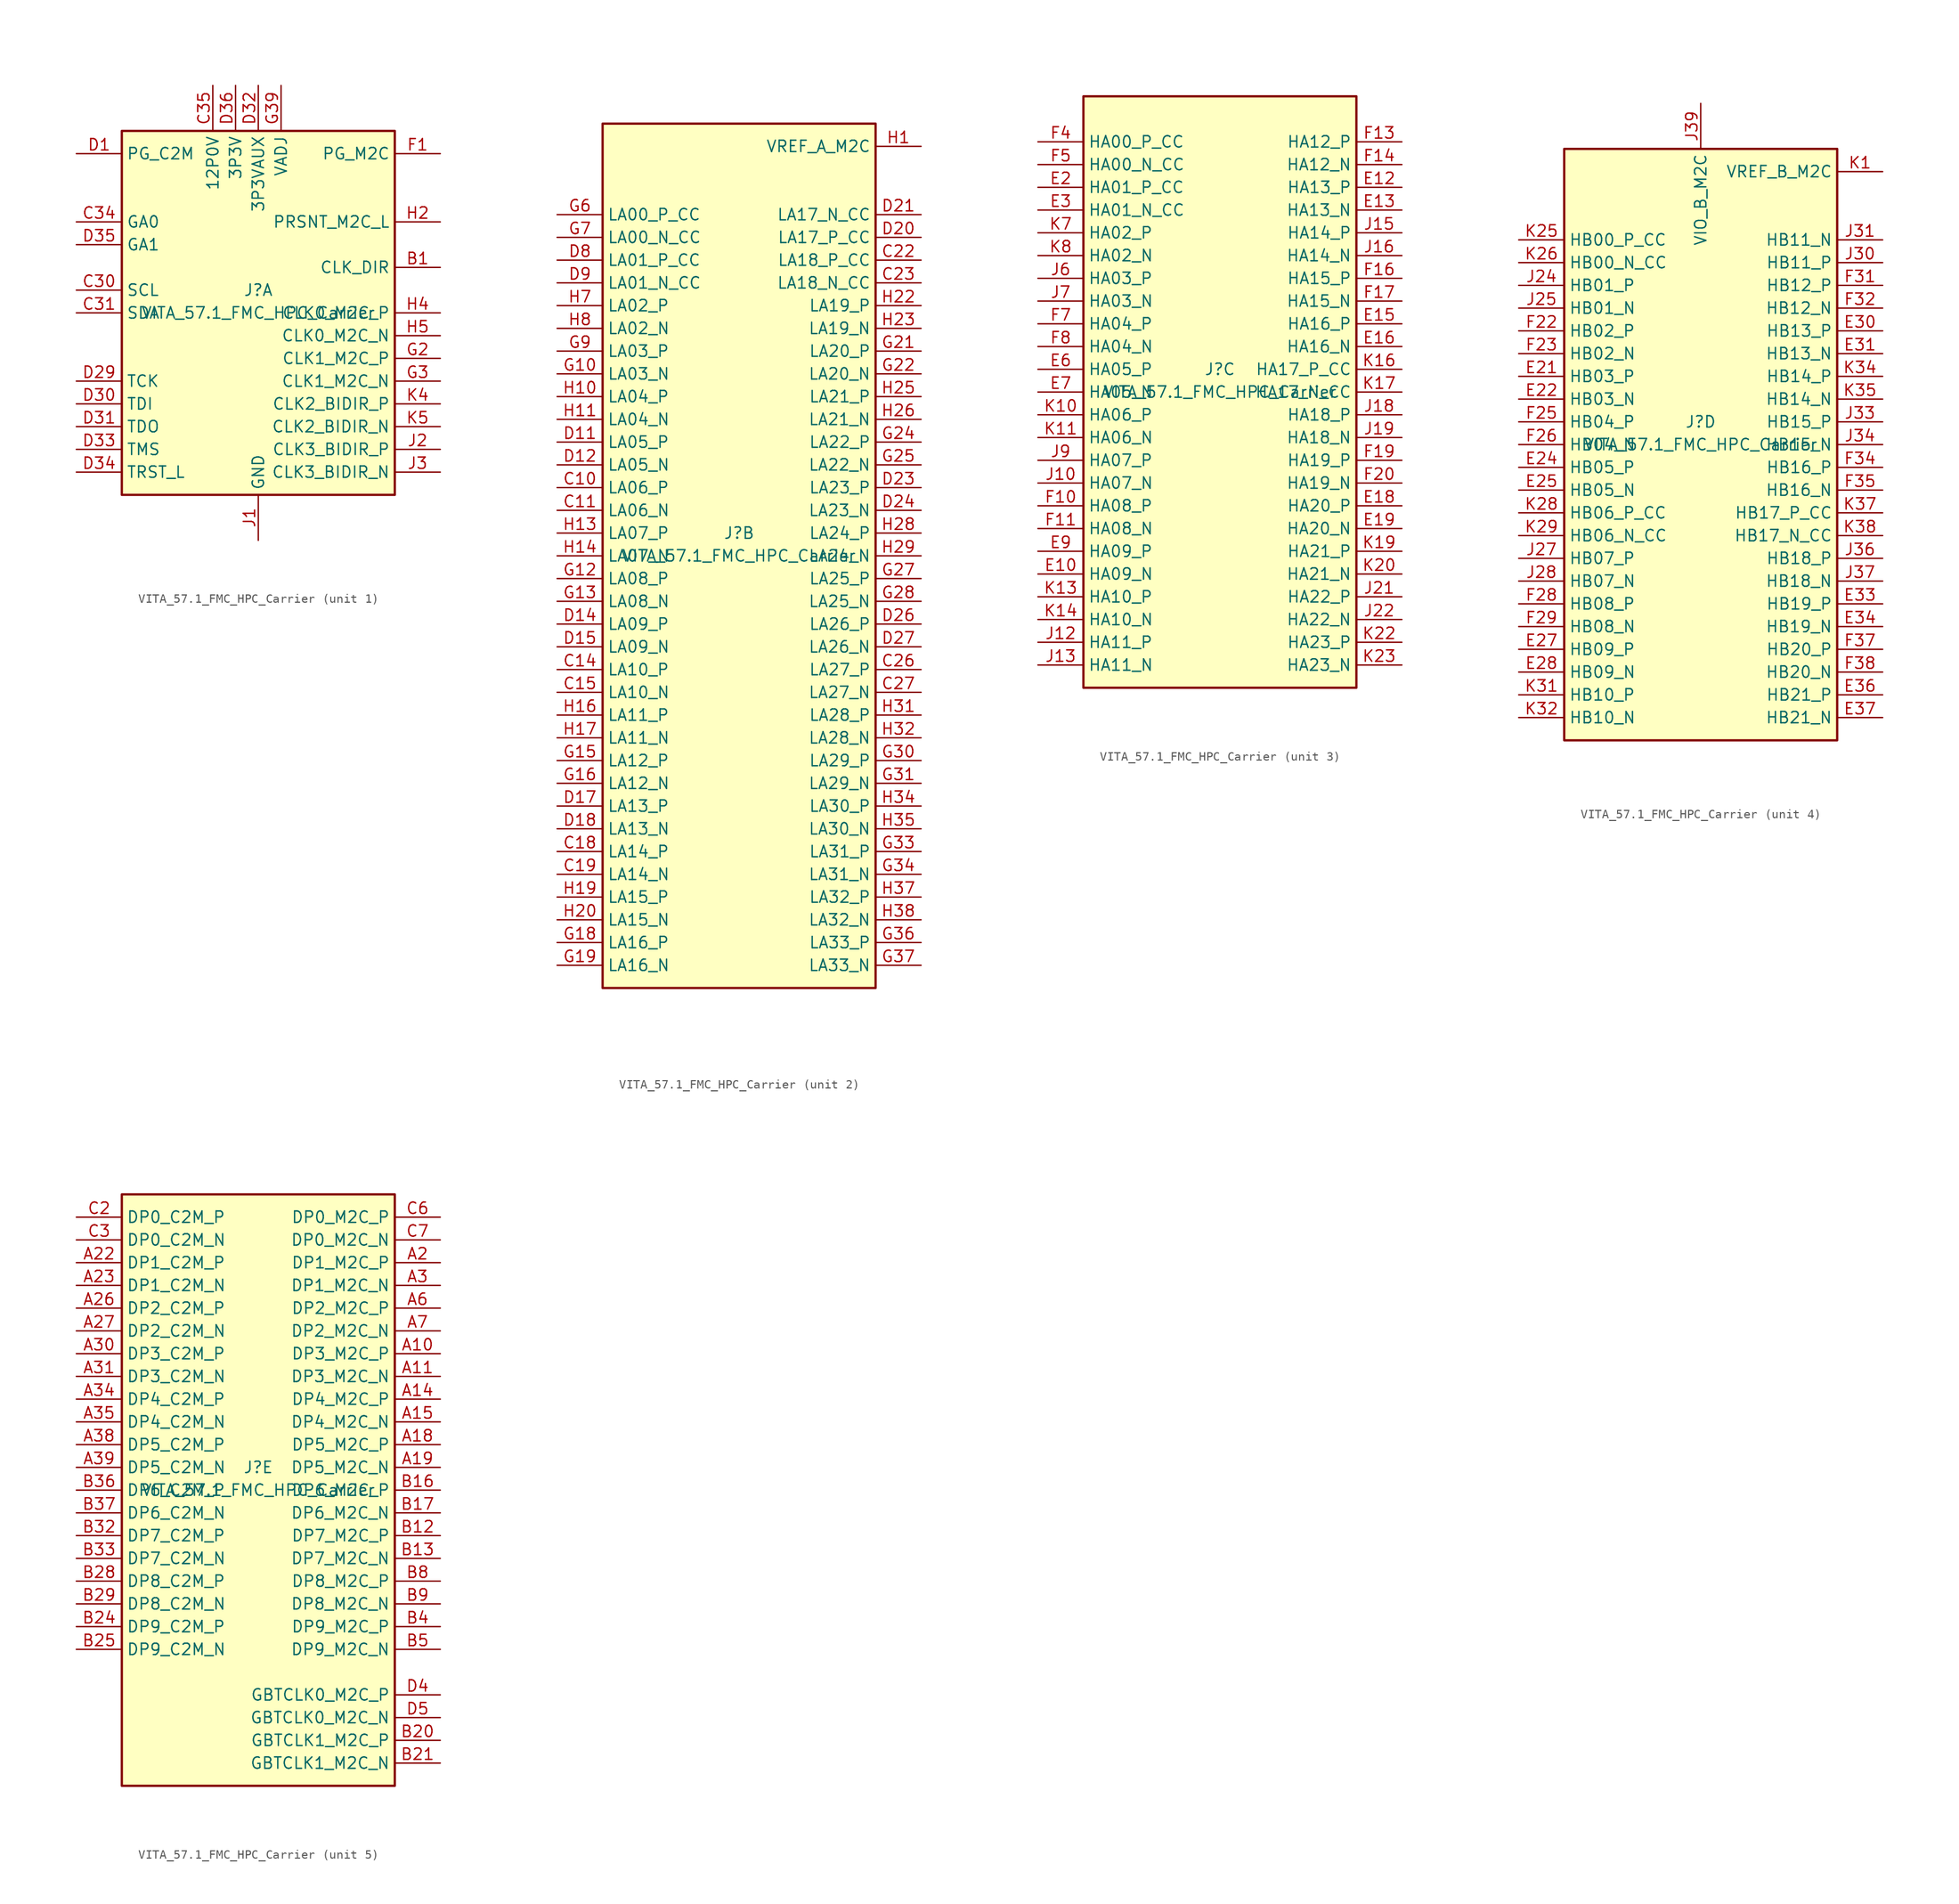
<source format=kicad_sym>
(kicad_symbol_lib
  (version 20231120)
  (generator "kicad_symbol_editor")
  (generator_version "8.0")
  (symbol "VITA_57.1_FMC_HPC_Carrier"
    (property "Reference" "J"
      (at 0 2.54 0)
      (effects (font (size 1.27 1.27))))
    (property "Value" "VITA_57.1_FMC_HPC_Carrier"
      (at 0 0 0)
      (effects (font (size 1.27 1.27))))
    (property "ki_locked" ""
      (at 0 0 0)
      (effects (font (size 1.27 1.27))))
    (symbol "VITA_57.1_FMC_HPC_Carrier_1_1"
      (rectangle (start -15.24 -20.32) (end 15.24 20.32) (stroke (width 0.254) (type solid)) (fill (type background)))
      (pin passive line (at 0 -25.4 90) (length 5.08) hide (name "GND" (effects (font (size 1.27 1.27)))) (number "A1" (effects (font (size 1.27 1.27)))))
      (pin passive line (at 0 -25.4 90) (length 5.08) hide (name "GND" (effects (font (size 1.27 1.27)))) (number "A12" (effects (font (size 1.27 1.27)))))
      (pin passive line (at 0 -25.4 90) (length 5.08) hide (name "GND" (effects (font (size 1.27 1.27)))) (number "A13" (effects (font (size 1.27 1.27)))))
      (pin passive line (at 0 -25.4 90) (length 5.08) hide (name "GND" (effects (font (size 1.27 1.27)))) (number "A16" (effects (font (size 1.27 1.27)))))
      (pin passive line (at 0 -25.4 90) (length 5.08) hide (name "GND" (effects (font (size 1.27 1.27)))) (number "A17" (effects (font (size 1.27 1.27)))))
      (pin passive line (at 0 -25.4 90) (length 5.08) hide (name "GND" (effects (font (size 1.27 1.27)))) (number "A20" (effects (font (size 1.27 1.27)))))
      (pin passive line (at 0 -25.4 90) (length 5.08) hide (name "GND" (effects (font (size 1.27 1.27)))) (number "A21" (effects (font (size 1.27 1.27)))))
      (pin passive line (at 0 -25.4 90) (length 5.08) hide (name "GND" (effects (font (size 1.27 1.27)))) (number "A24" (effects (font (size 1.27 1.27)))))
      (pin passive line (at 0 -25.4 90) (length 5.08) hide (name "GND" (effects (font (size 1.27 1.27)))) (number "A25" (effects (font (size 1.27 1.27)))))
      (pin passive line (at 0 -25.4 90) (length 5.08) hide (name "GND" (effects (font (size 1.27 1.27)))) (number "A28" (effects (font (size 1.27 1.27)))))
      (pin passive line (at 0 -25.4 90) (length 5.08) hide (name "GND" (effects (font (size 1.27 1.27)))) (number "A29" (effects (font (size 1.27 1.27)))))
      (pin passive line (at 0 -25.4 90) (length 5.08) hide (name "GND" (effects (font (size 1.27 1.27)))) (number "A32" (effects (font (size 1.27 1.27)))))
      (pin passive line (at 0 -25.4 90) (length 5.08) hide (name "GND" (effects (font (size 1.27 1.27)))) (number "A33" (effects (font (size 1.27 1.27)))))
      (pin passive line (at 0 -25.4 90) (length 5.08) hide (name "GND" (effects (font (size 1.27 1.27)))) (number "A36" (effects (font (size 1.27 1.27)))))
      (pin passive line (at 0 -25.4 90) (length 5.08) hide (name "GND" (effects (font (size 1.27 1.27)))) (number "A37" (effects (font (size 1.27 1.27)))))
      (pin passive line (at 0 -25.4 90) (length 5.08) hide (name "GND" (effects (font (size 1.27 1.27)))) (number "A4" (effects (font (size 1.27 1.27)))))
      (pin passive line (at 0 -25.4 90) (length 5.08) hide (name "GND" (effects (font (size 1.27 1.27)))) (number "A40" (effects (font (size 1.27 1.27)))))
      (pin passive line (at 0 -25.4 90) (length 5.08) hide (name "GND" (effects (font (size 1.27 1.27)))) (number "A5" (effects (font (size 1.27 1.27)))))
      (pin passive line (at 0 -25.4 90) (length 5.08) hide (name "GND" (effects (font (size 1.27 1.27)))) (number "A8" (effects (font (size 1.27 1.27)))))
      (pin passive line (at 0 -25.4 90) (length 5.08) hide (name "GND" (effects (font (size 1.27 1.27)))) (number "A9" (effects (font (size 1.27 1.27)))))
      (pin output line (at 20.32 5.08 180) (length 5.08) (name "CLK_DIR" (effects (font (size 1.27 1.27)))) (number "B1" (effects (font (size 1.27 1.27)))))
      (pin passive line (at 0 -25.4 90) (length 5.08) hide (name "GND" (effects (font (size 1.27 1.27)))) (number "B10" (effects (font (size 1.27 1.27)))))
      (pin passive line (at 0 -25.4 90) (length 5.08) hide (name "GND" (effects (font (size 1.27 1.27)))) (number "B11" (effects (font (size 1.27 1.27)))))
      (pin passive line (at 0 -25.4 90) (length 5.08) hide (name "GND" (effects (font (size 1.27 1.27)))) (number "B14" (effects (font (size 1.27 1.27)))))
      (pin passive line (at 0 -25.4 90) (length 5.08) hide (name "GND" (effects (font (size 1.27 1.27)))) (number "B15" (effects (font (size 1.27 1.27)))))
      (pin passive line (at 0 -25.4 90) (length 5.08) hide (name "GND" (effects (font (size 1.27 1.27)))) (number "B18" (effects (font (size 1.27 1.27)))))
      (pin passive line (at 0 -25.4 90) (length 5.08) hide (name "GND" (effects (font (size 1.27 1.27)))) (number "B19" (effects (font (size 1.27 1.27)))))
      (pin passive line (at 0 -25.4 90) (length 5.08) hide (name "GND" (effects (font (size 1.27 1.27)))) (number "B2" (effects (font (size 1.27 1.27)))))
      (pin passive line (at 0 -25.4 90) (length 5.08) hide (name "GND" (effects (font (size 1.27 1.27)))) (number "B22" (effects (font (size 1.27 1.27)))))
      (pin passive line (at 0 -25.4 90) (length 5.08) hide (name "GND" (effects (font (size 1.27 1.27)))) (number "B23" (effects (font (size 1.27 1.27)))))
      (pin passive line (at 0 -25.4 90) (length 5.08) hide (name "GND" (effects (font (size 1.27 1.27)))) (number "B26" (effects (font (size 1.27 1.27)))))
      (pin passive line (at 0 -25.4 90) (length 5.08) hide (name "GND" (effects (font (size 1.27 1.27)))) (number "B27" (effects (font (size 1.27 1.27)))))
      (pin passive line (at 0 -25.4 90) (length 5.08) hide (name "GND" (effects (font (size 1.27 1.27)))) (number "B3" (effects (font (size 1.27 1.27)))))
      (pin passive line (at 0 -25.4 90) (length 5.08) hide (name "GND" (effects (font (size 1.27 1.27)))) (number "B30" (effects (font (size 1.27 1.27)))))
      (pin passive line (at 0 -25.4 90) (length 5.08) hide (name "GND" (effects (font (size 1.27 1.27)))) (number "B31" (effects (font (size 1.27 1.27)))))
      (pin passive line (at 0 -25.4 90) (length 5.08) hide (name "GND" (effects (font (size 1.27 1.27)))) (number "B34" (effects (font (size 1.27 1.27)))))
      (pin passive line (at 0 -25.4 90) (length 5.08) hide (name "GND" (effects (font (size 1.27 1.27)))) (number "B35" (effects (font (size 1.27 1.27)))))
      (pin passive line (at 0 -25.4 90) (length 5.08) hide (name "GND" (effects (font (size 1.27 1.27)))) (number "B38" (effects (font (size 1.27 1.27)))))
      (pin passive line (at 0 -25.4 90) (length 5.08) hide (name "GND" (effects (font (size 1.27 1.27)))) (number "B39" (effects (font (size 1.27 1.27)))))
      (pin passive line (at 0 -25.4 90) (length 5.08) hide (name "GND" (effects (font (size 1.27 1.27)))) (number "B6" (effects (font (size 1.27 1.27)))))
      (pin passive line (at 0 -25.4 90) (length 5.08) hide (name "GND" (effects (font (size 1.27 1.27)))) (number "B7" (effects (font (size 1.27 1.27)))))
      (pin passive line (at 0 -25.4 90) (length 5.08) hide (name "GND" (effects (font (size 1.27 1.27)))) (number "C1" (effects (font (size 1.27 1.27)))))
      (pin passive line (at 0 -25.4 90) (length 5.08) hide (name "GND" (effects (font (size 1.27 1.27)))) (number "C12" (effects (font (size 1.27 1.27)))))
      (pin passive line (at 0 -25.4 90) (length 5.08) hide (name "GND" (effects (font (size 1.27 1.27)))) (number "C13" (effects (font (size 1.27 1.27)))))
      (pin passive line (at 0 -25.4 90) (length 5.08) hide (name "GND" (effects (font (size 1.27 1.27)))) (number "C16" (effects (font (size 1.27 1.27)))))
      (pin passive line (at 0 -25.4 90) (length 5.08) hide (name "GND" (effects (font (size 1.27 1.27)))) (number "C17" (effects (font (size 1.27 1.27)))))
      (pin passive line (at 0 -25.4 90) (length 5.08) hide (name "GND" (effects (font (size 1.27 1.27)))) (number "C20" (effects (font (size 1.27 1.27)))))
      (pin passive line (at 0 -25.4 90) (length 5.08) hide (name "GND" (effects (font (size 1.27 1.27)))) (number "C21" (effects (font (size 1.27 1.27)))))
      (pin passive line (at 0 -25.4 90) (length 5.08) hide (name "GND" (effects (font (size 1.27 1.27)))) (number "C24" (effects (font (size 1.27 1.27)))))
      (pin passive line (at 0 -25.4 90) (length 5.08) hide (name "GND" (effects (font (size 1.27 1.27)))) (number "C25" (effects (font (size 1.27 1.27)))))
      (pin passive line (at 0 -25.4 90) (length 5.08) hide (name "GND" (effects (font (size 1.27 1.27)))) (number "C28" (effects (font (size 1.27 1.27)))))
      (pin passive line (at 0 -25.4 90) (length 5.08) hide (name "GND" (effects (font (size 1.27 1.27)))) (number "C29" (effects (font (size 1.27 1.27)))))
      (pin bidirectional line (at -20.32 2.54 0) (length 5.08) (name "SCL" (effects (font (size 1.27 1.27)))) (number "C30" (effects (font (size 1.27 1.27)))))
      (pin bidirectional line (at -20.32 0 0) (length 5.08) (name "SDA" (effects (font (size 1.27 1.27)))) (number "C31" (effects (font (size 1.27 1.27)))))
      (pin passive line (at 0 -25.4 90) (length 5.08) hide (name "GND" (effects (font (size 1.27 1.27)))) (number "C32" (effects (font (size 1.27 1.27)))))
      (pin passive line (at 0 -25.4 90) (length 5.08) hide (name "GND" (effects (font (size 1.27 1.27)))) (number "C33" (effects (font (size 1.27 1.27)))))
      (pin input line (at -20.32 10.16 0) (length 5.08) (name "GA0" (effects (font (size 1.27 1.27)))) (number "C34" (effects (font (size 1.27 1.27)))))
      (pin power_in line (at -5.08 25.4 270) (length 5.08) (name "12P0V" (effects (font (size 1.27 1.27)))) (number "C35" (effects (font (size 1.27 1.27)))))
      (pin passive line (at 0 -25.4 90) (length 5.08) hide (name "GND" (effects (font (size 1.27 1.27)))) (number "C36" (effects (font (size 1.27 1.27)))))
      (pin passive line (at -5.08 25.4 270) (length 5.08) hide (name "12P0V" (effects (font (size 1.27 1.27)))) (number "C37" (effects (font (size 1.27 1.27)))))
      (pin passive line (at 0 -25.4 90) (length 5.08) hide (name "GND" (effects (font (size 1.27 1.27)))) (number "C38" (effects (font (size 1.27 1.27)))))
      (pin passive line (at -2.54 25.4 270) (length 5.08) hide (name "3P3V" (effects (font (size 1.27 1.27)))) (number "C39" (effects (font (size 1.27 1.27)))))
      (pin passive line (at 0 -25.4 90) (length 5.08) hide (name "GND" (effects (font (size 1.27 1.27)))) (number "C4" (effects (font (size 1.27 1.27)))))
      (pin passive line (at 0 -25.4 90) (length 5.08) hide (name "GND" (effects (font (size 1.27 1.27)))) (number "C40" (effects (font (size 1.27 1.27)))))
      (pin passive line (at 0 -25.4 90) (length 5.08) hide (name "GND" (effects (font (size 1.27 1.27)))) (number "C5" (effects (font (size 1.27 1.27)))))
      (pin passive line (at 0 -25.4 90) (length 5.08) hide (name "GND" (effects (font (size 1.27 1.27)))) (number "C8" (effects (font (size 1.27 1.27)))))
      (pin passive line (at 0 -25.4 90) (length 5.08) hide (name "GND" (effects (font (size 1.27 1.27)))) (number "C9" (effects (font (size 1.27 1.27)))))
      (pin input line (at -20.32 17.78 0) (length 5.08) (name "PG_C2M" (effects (font (size 1.27 1.27)))) (number "D1" (effects (font (size 1.27 1.27)))))
      (pin passive line (at 0 -25.4 90) (length 5.08) hide (name "GND" (effects (font (size 1.27 1.27)))) (number "D10" (effects (font (size 1.27 1.27)))))
      (pin passive line (at 0 -25.4 90) (length 5.08) hide (name "GND" (effects (font (size 1.27 1.27)))) (number "D13" (effects (font (size 1.27 1.27)))))
      (pin passive line (at 0 -25.4 90) (length 5.08) hide (name "GND" (effects (font (size 1.27 1.27)))) (number "D16" (effects (font (size 1.27 1.27)))))
      (pin passive line (at 0 -25.4 90) (length 5.08) hide (name "GND" (effects (font (size 1.27 1.27)))) (number "D19" (effects (font (size 1.27 1.27)))))
      (pin passive line (at 0 -25.4 90) (length 5.08) hide (name "GND" (effects (font (size 1.27 1.27)))) (number "D2" (effects (font (size 1.27 1.27)))))
      (pin passive line (at 0 -25.4 90) (length 5.08) hide (name "GND" (effects (font (size 1.27 1.27)))) (number "D22" (effects (font (size 1.27 1.27)))))
      (pin passive line (at 0 -25.4 90) (length 5.08) hide (name "GND" (effects (font (size 1.27 1.27)))) (number "D25" (effects (font (size 1.27 1.27)))))
      (pin passive line (at 0 -25.4 90) (length 5.08) hide (name "GND" (effects (font (size 1.27 1.27)))) (number "D28" (effects (font (size 1.27 1.27)))))
      (pin input line (at -20.32 -7.62 0) (length 5.08) (name "TCK" (effects (font (size 1.27 1.27)))) (number "D29" (effects (font (size 1.27 1.27)))))
      (pin passive line (at 0 -25.4 90) (length 5.08) hide (name "GND" (effects (font (size 1.27 1.27)))) (number "D3" (effects (font (size 1.27 1.27)))))
      (pin input line (at -20.32 -10.16 0) (length 5.08) (name "TDI" (effects (font (size 1.27 1.27)))) (number "D30" (effects (font (size 1.27 1.27)))))
      (pin output line (at -20.32 -12.7 0) (length 5.08) (name "TDO" (effects (font (size 1.27 1.27)))) (number "D31" (effects (font (size 1.27 1.27)))))
      (pin power_in line (at 0 25.4 270) (length 5.08) (name "3P3VAUX" (effects (font (size 1.27 1.27)))) (number "D32" (effects (font (size 1.27 1.27)))))
      (pin input line (at -20.32 -15.24 0) (length 5.08) (name "TMS" (effects (font (size 1.27 1.27)))) (number "D33" (effects (font (size 1.27 1.27)))))
      (pin input line (at -20.32 -17.78 0) (length 5.08) (name "TRST_L" (effects (font (size 1.27 1.27)))) (number "D34" (effects (font (size 1.27 1.27)))))
      (pin input line (at -20.32 7.62 0) (length 5.08) (name "GA1" (effects (font (size 1.27 1.27)))) (number "D35" (effects (font (size 1.27 1.27)))))
      (pin power_in line (at -2.54 25.4 270) (length 5.08) (name "3P3V" (effects (font (size 1.27 1.27)))) (number "D36" (effects (font (size 1.27 1.27)))))
      (pin passive line (at 0 -25.4 90) (length 5.08) hide (name "GND" (effects (font (size 1.27 1.27)))) (number "D37" (effects (font (size 1.27 1.27)))))
      (pin passive line (at -2.54 25.4 270) (length 5.08) hide (name "3P3V" (effects (font (size 1.27 1.27)))) (number "D38" (effects (font (size 1.27 1.27)))))
      (pin passive line (at 0 -25.4 90) (length 5.08) hide (name "GND" (effects (font (size 1.27 1.27)))) (number "D39" (effects (font (size 1.27 1.27)))))
      (pin passive line (at -2.54 25.4 270) (length 5.08) hide (name "3P3V" (effects (font (size 1.27 1.27)))) (number "D40" (effects (font (size 1.27 1.27)))))
      (pin passive line (at 0 -25.4 90) (length 5.08) hide (name "GND" (effects (font (size 1.27 1.27)))) (number "D6" (effects (font (size 1.27 1.27)))))
      (pin passive line (at 0 -25.4 90) (length 5.08) hide (name "GND" (effects (font (size 1.27 1.27)))) (number "D7" (effects (font (size 1.27 1.27)))))
      (pin passive line (at 0 -25.4 90) (length 5.08) hide (name "GND" (effects (font (size 1.27 1.27)))) (number "E1" (effects (font (size 1.27 1.27)))))
      (pin passive line (at 0 -25.4 90) (length 5.08) hide (name "GND" (effects (font (size 1.27 1.27)))) (number "E11" (effects (font (size 1.27 1.27)))))
      (pin passive line (at 0 -25.4 90) (length 5.08) hide (name "GND" (effects (font (size 1.27 1.27)))) (number "E14" (effects (font (size 1.27 1.27)))))
      (pin passive line (at 0 -25.4 90) (length 5.08) hide (name "GND" (effects (font (size 1.27 1.27)))) (number "E17" (effects (font (size 1.27 1.27)))))
      (pin passive line (at 0 -25.4 90) (length 5.08) hide (name "GND" (effects (font (size 1.27 1.27)))) (number "E20" (effects (font (size 1.27 1.27)))))
      (pin passive line (at 0 -25.4 90) (length 5.08) hide (name "GND" (effects (font (size 1.27 1.27)))) (number "E23" (effects (font (size 1.27 1.27)))))
      (pin passive line (at 0 -25.4 90) (length 5.08) hide (name "GND" (effects (font (size 1.27 1.27)))) (number "E26" (effects (font (size 1.27 1.27)))))
      (pin passive line (at 0 -25.4 90) (length 5.08) hide (name "GND" (effects (font (size 1.27 1.27)))) (number "E29" (effects (font (size 1.27 1.27)))))
      (pin passive line (at 0 -25.4 90) (length 5.08) hide (name "GND" (effects (font (size 1.27 1.27)))) (number "E32" (effects (font (size 1.27 1.27)))))
      (pin passive line (at 0 -25.4 90) (length 5.08) hide (name "GND" (effects (font (size 1.27 1.27)))) (number "E35" (effects (font (size 1.27 1.27)))))
      (pin passive line (at 0 -25.4 90) (length 5.08) hide (name "GND" (effects (font (size 1.27 1.27)))) (number "E38" (effects (font (size 1.27 1.27)))))
      (pin passive line (at 2.54 25.4 270) (length 5.08) hide (name "VADJ" (effects (font (size 1.27 1.27)))) (number "E39" (effects (font (size 1.27 1.27)))))
      (pin passive line (at 0 -25.4 90) (length 5.08) hide (name "GND" (effects (font (size 1.27 1.27)))) (number "E4" (effects (font (size 1.27 1.27)))))
      (pin passive line (at 0 -25.4 90) (length 5.08) hide (name "GND" (effects (font (size 1.27 1.27)))) (number "E40" (effects (font (size 1.27 1.27)))))
      (pin passive line (at 0 -25.4 90) (length 5.08) hide (name "GND" (effects (font (size 1.27 1.27)))) (number "E5" (effects (font (size 1.27 1.27)))))
      (pin passive line (at 0 -25.4 90) (length 5.08) hide (name "GND" (effects (font (size 1.27 1.27)))) (number "E8" (effects (font (size 1.27 1.27)))))
      (pin output line (at 20.32 17.78 180) (length 5.08) (name "PG_M2C" (effects (font (size 1.27 1.27)))) (number "F1" (effects (font (size 1.27 1.27)))))
      (pin passive line (at 0 -25.4 90) (length 5.08) hide (name "GND" (effects (font (size 1.27 1.27)))) (number "F12" (effects (font (size 1.27 1.27)))))
      (pin passive line (at 0 -25.4 90) (length 5.08) hide (name "GND" (effects (font (size 1.27 1.27)))) (number "F15" (effects (font (size 1.27 1.27)))))
      (pin passive line (at 0 -25.4 90) (length 5.08) hide (name "GND" (effects (font (size 1.27 1.27)))) (number "F18" (effects (font (size 1.27 1.27)))))
      (pin passive line (at 0 -25.4 90) (length 5.08) hide (name "GND" (effects (font (size 1.27 1.27)))) (number "F2" (effects (font (size 1.27 1.27)))))
      (pin passive line (at 0 -25.4 90) (length 5.08) hide (name "GND" (effects (font (size 1.27 1.27)))) (number "F21" (effects (font (size 1.27 1.27)))))
      (pin passive line (at 0 -25.4 90) (length 5.08) hide (name "GND" (effects (font (size 1.27 1.27)))) (number "F24" (effects (font (size 1.27 1.27)))))
      (pin passive line (at 0 -25.4 90) (length 5.08) hide (name "GND" (effects (font (size 1.27 1.27)))) (number "F27" (effects (font (size 1.27 1.27)))))
      (pin passive line (at 0 -25.4 90) (length 5.08) hide (name "GND" (effects (font (size 1.27 1.27)))) (number "F3" (effects (font (size 1.27 1.27)))))
      (pin passive line (at 0 -25.4 90) (length 5.08) hide (name "GND" (effects (font (size 1.27 1.27)))) (number "F30" (effects (font (size 1.27 1.27)))))
      (pin passive line (at 0 -25.4 90) (length 5.08) hide (name "GND" (effects (font (size 1.27 1.27)))) (number "F33" (effects (font (size 1.27 1.27)))))
      (pin passive line (at 0 -25.4 90) (length 5.08) hide (name "GND" (effects (font (size 1.27 1.27)))) (number "F36" (effects (font (size 1.27 1.27)))))
      (pin passive line (at 0 -25.4 90) (length 5.08) hide (name "GND" (effects (font (size 1.27 1.27)))) (number "F39" (effects (font (size 1.27 1.27)))))
      (pin passive line (at 2.54 25.4 270) (length 5.08) hide (name "VADJ" (effects (font (size 1.27 1.27)))) (number "F40" (effects (font (size 1.27 1.27)))))
      (pin passive line (at 0 -25.4 90) (length 5.08) hide (name "GND" (effects (font (size 1.27 1.27)))) (number "F6" (effects (font (size 1.27 1.27)))))
      (pin passive line (at 0 -25.4 90) (length 5.08) hide (name "GND" (effects (font (size 1.27 1.27)))) (number "F9" (effects (font (size 1.27 1.27)))))
      (pin passive line (at 0 -25.4 90) (length 5.08) hide (name "GND" (effects (font (size 1.27 1.27)))) (number "G1" (effects (font (size 1.27 1.27)))))
      (pin passive line (at 0 -25.4 90) (length 5.08) hide (name "GND" (effects (font (size 1.27 1.27)))) (number "G11" (effects (font (size 1.27 1.27)))))
      (pin passive line (at 0 -25.4 90) (length 5.08) hide (name "GND" (effects (font (size 1.27 1.27)))) (number "G14" (effects (font (size 1.27 1.27)))))
      (pin passive line (at 0 -25.4 90) (length 5.08) hide (name "GND" (effects (font (size 1.27 1.27)))) (number "G17" (effects (font (size 1.27 1.27)))))
      (pin output line (at 20.32 -5.08 180) (length 5.08) (name "CLK1_M2C_P" (effects (font (size 1.27 1.27)))) (number "G2" (effects (font (size 1.27 1.27)))))
      (pin passive line (at 0 -25.4 90) (length 5.08) hide (name "GND" (effects (font (size 1.27 1.27)))) (number "G20" (effects (font (size 1.27 1.27)))))
      (pin passive line (at 0 -25.4 90) (length 5.08) hide (name "GND" (effects (font (size 1.27 1.27)))) (number "G23" (effects (font (size 1.27 1.27)))))
      (pin passive line (at 0 -25.4 90) (length 5.08) hide (name "GND" (effects (font (size 1.27 1.27)))) (number "G26" (effects (font (size 1.27 1.27)))))
      (pin passive line (at 0 -25.4 90) (length 5.08) hide (name "GND" (effects (font (size 1.27 1.27)))) (number "G29" (effects (font (size 1.27 1.27)))))
      (pin output line (at 20.32 -7.62 180) (length 5.08) (name "CLK1_M2C_N" (effects (font (size 1.27 1.27)))) (number "G3" (effects (font (size 1.27 1.27)))))
      (pin passive line (at 0 -25.4 90) (length 5.08) hide (name "GND" (effects (font (size 1.27 1.27)))) (number "G32" (effects (font (size 1.27 1.27)))))
      (pin passive line (at 0 -25.4 90) (length 5.08) hide (name "GND" (effects (font (size 1.27 1.27)))) (number "G35" (effects (font (size 1.27 1.27)))))
      (pin passive line (at 0 -25.4 90) (length 5.08) hide (name "GND" (effects (font (size 1.27 1.27)))) (number "G38" (effects (font (size 1.27 1.27)))))
      (pin power_in line (at 2.54 25.4 270) (length 5.08) (name "VADJ" (effects (font (size 1.27 1.27)))) (number "G39" (effects (font (size 1.27 1.27)))))
      (pin passive line (at 0 -25.4 90) (length 5.08) hide (name "GND" (effects (font (size 1.27 1.27)))) (number "G4" (effects (font (size 1.27 1.27)))))
      (pin passive line (at 0 -25.4 90) (length 5.08) hide (name "GND" (effects (font (size 1.27 1.27)))) (number "G40" (effects (font (size 1.27 1.27)))))
      (pin passive line (at 0 -25.4 90) (length 5.08) hide (name "GND" (effects (font (size 1.27 1.27)))) (number "G5" (effects (font (size 1.27 1.27)))))
      (pin passive line (at 0 -25.4 90) (length 5.08) hide (name "GND" (effects (font (size 1.27 1.27)))) (number "G8" (effects (font (size 1.27 1.27)))))
      (pin passive line (at 0 -25.4 90) (length 5.08) hide (name "GND" (effects (font (size 1.27 1.27)))) (number "H12" (effects (font (size 1.27 1.27)))))
      (pin passive line (at 0 -25.4 90) (length 5.08) hide (name "GND" (effects (font (size 1.27 1.27)))) (number "H15" (effects (font (size 1.27 1.27)))))
      (pin passive line (at 0 -25.4 90) (length 5.08) hide (name "GND" (effects (font (size 1.27 1.27)))) (number "H18" (effects (font (size 1.27 1.27)))))
      (pin output line (at 20.32 10.16 180) (length 5.08) (name "PRSNT_M2C_L" (effects (font (size 1.27 1.27)))) (number "H2" (effects (font (size 1.27 1.27)))))
      (pin passive line (at 0 -25.4 90) (length 5.08) hide (name "GND" (effects (font (size 1.27 1.27)))) (number "H21" (effects (font (size 1.27 1.27)))))
      (pin passive line (at 0 -25.4 90) (length 5.08) hide (name "GND" (effects (font (size 1.27 1.27)))) (number "H24" (effects (font (size 1.27 1.27)))))
      (pin passive line (at 0 -25.4 90) (length 5.08) hide (name "GND" (effects (font (size 1.27 1.27)))) (number "H27" (effects (font (size 1.27 1.27)))))
      (pin passive line (at 0 -25.4 90) (length 5.08) hide (name "GND" (effects (font (size 1.27 1.27)))) (number "H3" (effects (font (size 1.27 1.27)))))
      (pin passive line (at 0 -25.4 90) (length 5.08) hide (name "GND" (effects (font (size 1.27 1.27)))) (number "H30" (effects (font (size 1.27 1.27)))))
      (pin passive line (at 0 -25.4 90) (length 5.08) hide (name "GND" (effects (font (size 1.27 1.27)))) (number "H33" (effects (font (size 1.27 1.27)))))
      (pin passive line (at 0 -25.4 90) (length 5.08) hide (name "GND" (effects (font (size 1.27 1.27)))) (number "H36" (effects (font (size 1.27 1.27)))))
      (pin passive line (at 0 -25.4 90) (length 5.08) hide (name "GND" (effects (font (size 1.27 1.27)))) (number "H39" (effects (font (size 1.27 1.27)))))
      (pin output line (at 20.32 0 180) (length 5.08) (name "CLK0_M2C_P" (effects (font (size 1.27 1.27)))) (number "H4" (effects (font (size 1.27 1.27)))))
      (pin passive line (at 2.54 25.4 270) (length 5.08) hide (name "VADJ" (effects (font (size 1.27 1.27)))) (number "H40" (effects (font (size 1.27 1.27)))))
      (pin output line (at 20.32 -2.54 180) (length 5.08) (name "CLK0_M2C_N" (effects (font (size 1.27 1.27)))) (number "H5" (effects (font (size 1.27 1.27)))))
      (pin passive line (at 0 -25.4 90) (length 5.08) hide (name "GND" (effects (font (size 1.27 1.27)))) (number "H6" (effects (font (size 1.27 1.27)))))
      (pin passive line (at 0 -25.4 90) (length 5.08) hide (name "GND" (effects (font (size 1.27 1.27)))) (number "H9" (effects (font (size 1.27 1.27)))))
      (pin power_in line (at 0 -25.4 90) (length 5.08) (name "GND" (effects (font (size 1.27 1.27)))) (number "J1" (effects (font (size 1.27 1.27)))))
      (pin passive line (at 0 -25.4 90) (length 5.08) hide (name "GND" (effects (font (size 1.27 1.27)))) (number "J11" (effects (font (size 1.27 1.27)))))
      (pin passive line (at 0 -25.4 90) (length 5.08) hide (name "GND" (effects (font (size 1.27 1.27)))) (number "J14" (effects (font (size 1.27 1.27)))))
      (pin passive line (at 0 -25.4 90) (length 5.08) hide (name "GND" (effects (font (size 1.27 1.27)))) (number "J17" (effects (font (size 1.27 1.27)))))
      (pin bidirectional line (at 20.32 -15.24 180) (length 5.08) (name "CLK3_BIDIR_P" (effects (font (size 1.27 1.27)))) (number "J2" (effects (font (size 1.27 1.27)))))
      (pin passive line (at 0 -25.4 90) (length 5.08) hide (name "GND" (effects (font (size 1.27 1.27)))) (number "J20" (effects (font (size 1.27 1.27)))))
      (pin passive line (at 0 -25.4 90) (length 5.08) hide (name "GND" (effects (font (size 1.27 1.27)))) (number "J23" (effects (font (size 1.27 1.27)))))
      (pin passive line (at 0 -25.4 90) (length 5.08) hide (name "GND" (effects (font (size 1.27 1.27)))) (number "J26" (effects (font (size 1.27 1.27)))))
      (pin passive line (at 0 -25.4 90) (length 5.08) hide (name "GND" (effects (font (size 1.27 1.27)))) (number "J29" (effects (font (size 1.27 1.27)))))
      (pin bidirectional line (at 20.32 -17.78 180) (length 5.08) (name "CLK3_BIDIR_N" (effects (font (size 1.27 1.27)))) (number "J3" (effects (font (size 1.27 1.27)))))
      (pin passive line (at 0 -25.4 90) (length 5.08) hide (name "GND" (effects (font (size 1.27 1.27)))) (number "J32" (effects (font (size 1.27 1.27)))))
      (pin passive line (at 0 -25.4 90) (length 5.08) hide (name "GND" (effects (font (size 1.27 1.27)))) (number "J35" (effects (font (size 1.27 1.27)))))
      (pin passive line (at 0 -25.4 90) (length 5.08) hide (name "GND" (effects (font (size 1.27 1.27)))) (number "J38" (effects (font (size 1.27 1.27)))))
      (pin passive line (at 0 -25.4 90) (length 5.08) hide (name "GND" (effects (font (size 1.27 1.27)))) (number "J4" (effects (font (size 1.27 1.27)))))
      (pin passive line (at 0 -25.4 90) (length 5.08) hide (name "GND" (effects (font (size 1.27 1.27)))) (number "J40" (effects (font (size 1.27 1.27)))))
      (pin passive line (at 0 -25.4 90) (length 5.08) hide (name "GND" (effects (font (size 1.27 1.27)))) (number "J5" (effects (font (size 1.27 1.27)))))
      (pin passive line (at 0 -25.4 90) (length 5.08) hide (name "GND" (effects (font (size 1.27 1.27)))) (number "J8" (effects (font (size 1.27 1.27)))))
      (pin passive line (at 0 -25.4 90) (length 5.08) hide (name "GND" (effects (font (size 1.27 1.27)))) (number "K12" (effects (font (size 1.27 1.27)))))
      (pin passive line (at 0 -25.4 90) (length 5.08) hide (name "GND" (effects (font (size 1.27 1.27)))) (number "K15" (effects (font (size 1.27 1.27)))))
      (pin passive line (at 0 -25.4 90) (length 5.08) hide (name "GND" (effects (font (size 1.27 1.27)))) (number "K18" (effects (font (size 1.27 1.27)))))
      (pin passive line (at 0 -25.4 90) (length 5.08) hide (name "GND" (effects (font (size 1.27 1.27)))) (number "K2" (effects (font (size 1.27 1.27)))))
      (pin passive line (at 0 -25.4 90) (length 5.08) hide (name "GND" (effects (font (size 1.27 1.27)))) (number "K21" (effects (font (size 1.27 1.27)))))
      (pin passive line (at 0 -25.4 90) (length 5.08) hide (name "GND" (effects (font (size 1.27 1.27)))) (number "K24" (effects (font (size 1.27 1.27)))))
      (pin passive line (at 0 -25.4 90) (length 5.08) hide (name "GND" (effects (font (size 1.27 1.27)))) (number "K27" (effects (font (size 1.27 1.27)))))
      (pin passive line (at 0 -25.4 90) (length 5.08) hide (name "GND" (effects (font (size 1.27 1.27)))) (number "K3" (effects (font (size 1.27 1.27)))))
      (pin passive line (at 0 -25.4 90) (length 5.08) hide (name "GND" (effects (font (size 1.27 1.27)))) (number "K30" (effects (font (size 1.27 1.27)))))
      (pin passive line (at 0 -25.4 90) (length 5.08) hide (name "GND" (effects (font (size 1.27 1.27)))) (number "K33" (effects (font (size 1.27 1.27)))))
      (pin passive line (at 0 -25.4 90) (length 5.08) hide (name "GND" (effects (font (size 1.27 1.27)))) (number "K36" (effects (font (size 1.27 1.27)))))
      (pin passive line (at 0 -25.4 90) (length 5.08) hide (name "GND" (effects (font (size 1.27 1.27)))) (number "K39" (effects (font (size 1.27 1.27)))))
      (pin bidirectional line (at 20.32 -10.16 180) (length 5.08) (name "CLK2_BIDIR_P" (effects (font (size 1.27 1.27)))) (number "K4" (effects (font (size 1.27 1.27)))))
      (pin bidirectional line (at 20.32 -12.7 180) (length 5.08) (name "CLK2_BIDIR_N" (effects (font (size 1.27 1.27)))) (number "K5" (effects (font (size 1.27 1.27)))))
      (pin passive line (at 0 -25.4 90) (length 5.08) hide (name "GND" (effects (font (size 1.27 1.27)))) (number "K6" (effects (font (size 1.27 1.27)))))
      (pin passive line (at 0 -25.4 90) (length 5.08) hide (name "GND" (effects (font (size 1.27 1.27)))) (number "K9" (effects (font (size 1.27 1.27))))))
    (symbol "VITA_57.1_FMC_HPC_Carrier_2_1"
      (rectangle (start -15.24 -48.26) (end 15.24 48.26) (stroke (width 0.254) (type solid)) (fill (type background)))
      (pin bidirectional line (at -20.32 7.62 0) (length 5.08) (name "LA06_P" (effects (font (size 1.27 1.27)))) (number "C10" (effects (font (size 1.27 1.27)))))
      (pin bidirectional line (at -20.32 5.08 0) (length 5.08) (name "LA06_N" (effects (font (size 1.27 1.27)))) (number "C11" (effects (font (size 1.27 1.27)))))
      (pin bidirectional line (at -20.32 -12.7 0) (length 5.08) (name "LA10_P" (effects (font (size 1.27 1.27)))) (number "C14" (effects (font (size 1.27 1.27)))))
      (pin bidirectional line (at -20.32 -15.24 0) (length 5.08) (name "LA10_N" (effects (font (size 1.27 1.27)))) (number "C15" (effects (font (size 1.27 1.27)))))
      (pin bidirectional line (at -20.32 -33.02 0) (length 5.08) (name "LA14_P" (effects (font (size 1.27 1.27)))) (number "C18" (effects (font (size 1.27 1.27)))))
      (pin bidirectional line (at -20.32 -35.56 0) (length 5.08) (name "LA14_N" (effects (font (size 1.27 1.27)))) (number "C19" (effects (font (size 1.27 1.27)))))
      (pin bidirectional line (at 20.32 33.02 180) (length 5.08) (name "LA18_P_CC" (effects (font (size 1.27 1.27)))) (number "C22" (effects (font (size 1.27 1.27)))))
      (pin bidirectional line (at 20.32 30.48 180) (length 5.08) (name "LA18_N_CC" (effects (font (size 1.27 1.27)))) (number "C23" (effects (font (size 1.27 1.27)))))
      (pin bidirectional line (at 20.32 -12.7 180) (length 5.08) (name "LA27_P" (effects (font (size 1.27 1.27)))) (number "C26" (effects (font (size 1.27 1.27)))))
      (pin bidirectional line (at 20.32 -15.24 180) (length 5.08) (name "LA27_N" (effects (font (size 1.27 1.27)))) (number "C27" (effects (font (size 1.27 1.27)))))
      (pin bidirectional line (at -20.32 12.7 0) (length 5.08) (name "LA05_P" (effects (font (size 1.27 1.27)))) (number "D11" (effects (font (size 1.27 1.27)))))
      (pin bidirectional line (at -20.32 10.16 0) (length 5.08) (name "LA05_N" (effects (font (size 1.27 1.27)))) (number "D12" (effects (font (size 1.27 1.27)))))
      (pin bidirectional line (at -20.32 -7.62 0) (length 5.08) (name "LA09_P" (effects (font (size 1.27 1.27)))) (number "D14" (effects (font (size 1.27 1.27)))))
      (pin bidirectional line (at -20.32 -10.16 0) (length 5.08) (name "LA09_N" (effects (font (size 1.27 1.27)))) (number "D15" (effects (font (size 1.27 1.27)))))
      (pin bidirectional line (at -20.32 -27.94 0) (length 5.08) (name "LA13_P" (effects (font (size 1.27 1.27)))) (number "D17" (effects (font (size 1.27 1.27)))))
      (pin bidirectional line (at -20.32 -30.48 0) (length 5.08) (name "LA13_N" (effects (font (size 1.27 1.27)))) (number "D18" (effects (font (size 1.27 1.27)))))
      (pin bidirectional line (at 20.32 35.56 180) (length 5.08) (name "LA17_P_CC" (effects (font (size 1.27 1.27)))) (number "D20" (effects (font (size 1.27 1.27)))))
      (pin bidirectional line (at 20.32 38.1 180) (length 5.08) (name "LA17_N_CC" (effects (font (size 1.27 1.27)))) (number "D21" (effects (font (size 1.27 1.27)))))
      (pin bidirectional line (at 20.32 7.62 180) (length 5.08) (name "LA23_P" (effects (font (size 1.27 1.27)))) (number "D23" (effects (font (size 1.27 1.27)))))
      (pin bidirectional line (at 20.32 5.08 180) (length 5.08) (name "LA23_N" (effects (font (size 1.27 1.27)))) (number "D24" (effects (font (size 1.27 1.27)))))
      (pin bidirectional line (at 20.32 -7.62 180) (length 5.08) (name "LA26_P" (effects (font (size 1.27 1.27)))) (number "D26" (effects (font (size 1.27 1.27)))))
      (pin bidirectional line (at 20.32 -10.16 180) (length 5.08) (name "LA26_N" (effects (font (size 1.27 1.27)))) (number "D27" (effects (font (size 1.27 1.27)))))
      (pin bidirectional line (at -20.32 33.02 0) (length 5.08) (name "LA01_P_CC" (effects (font (size 1.27 1.27)))) (number "D8" (effects (font (size 1.27 1.27)))))
      (pin bidirectional line (at -20.32 30.48 0) (length 5.08) (name "LA01_N_CC" (effects (font (size 1.27 1.27)))) (number "D9" (effects (font (size 1.27 1.27)))))
      (pin bidirectional line (at -20.32 20.32 0) (length 5.08) (name "LA03_N" (effects (font (size 1.27 1.27)))) (number "G10" (effects (font (size 1.27 1.27)))))
      (pin bidirectional line (at -20.32 -2.54 0) (length 5.08) (name "LA08_P" (effects (font (size 1.27 1.27)))) (number "G12" (effects (font (size 1.27 1.27)))))
      (pin bidirectional line (at -20.32 -5.08 0) (length 5.08) (name "LA08_N" (effects (font (size 1.27 1.27)))) (number "G13" (effects (font (size 1.27 1.27)))))
      (pin bidirectional line (at -20.32 -22.86 0) (length 5.08) (name "LA12_P" (effects (font (size 1.27 1.27)))) (number "G15" (effects (font (size 1.27 1.27)))))
      (pin bidirectional line (at -20.32 -25.4 0) (length 5.08) (name "LA12_N" (effects (font (size 1.27 1.27)))) (number "G16" (effects (font (size 1.27 1.27)))))
      (pin bidirectional line (at -20.32 -43.18 0) (length 5.08) (name "LA16_P" (effects (font (size 1.27 1.27)))) (number "G18" (effects (font (size 1.27 1.27)))))
      (pin bidirectional line (at -20.32 -45.72 0) (length 5.08) (name "LA16_N" (effects (font (size 1.27 1.27)))) (number "G19" (effects (font (size 1.27 1.27)))))
      (pin bidirectional line (at 20.32 22.86 180) (length 5.08) (name "LA20_P" (effects (font (size 1.27 1.27)))) (number "G21" (effects (font (size 1.27 1.27)))))
      (pin bidirectional line (at 20.32 20.32 180) (length 5.08) (name "LA20_N" (effects (font (size 1.27 1.27)))) (number "G22" (effects (font (size 1.27 1.27)))))
      (pin bidirectional line (at 20.32 12.7 180) (length 5.08) (name "LA22_P" (effects (font (size 1.27 1.27)))) (number "G24" (effects (font (size 1.27 1.27)))))
      (pin bidirectional line (at 20.32 10.16 180) (length 5.08) (name "LA22_N" (effects (font (size 1.27 1.27)))) (number "G25" (effects (font (size 1.27 1.27)))))
      (pin bidirectional line (at 20.32 -2.54 180) (length 5.08) (name "LA25_P" (effects (font (size 1.27 1.27)))) (number "G27" (effects (font (size 1.27 1.27)))))
      (pin bidirectional line (at 20.32 -5.08 180) (length 5.08) (name "LA25_N" (effects (font (size 1.27 1.27)))) (number "G28" (effects (font (size 1.27 1.27)))))
      (pin bidirectional line (at 20.32 -22.86 180) (length 5.08) (name "LA29_P" (effects (font (size 1.27 1.27)))) (number "G30" (effects (font (size 1.27 1.27)))))
      (pin bidirectional line (at 20.32 -25.4 180) (length 5.08) (name "LA29_N" (effects (font (size 1.27 1.27)))) (number "G31" (effects (font (size 1.27 1.27)))))
      (pin bidirectional line (at 20.32 -33.02 180) (length 5.08) (name "LA31_P" (effects (font (size 1.27 1.27)))) (number "G33" (effects (font (size 1.27 1.27)))))
      (pin bidirectional line (at 20.32 -35.56 180) (length 5.08) (name "LA31_N" (effects (font (size 1.27 1.27)))) (number "G34" (effects (font (size 1.27 1.27)))))
      (pin bidirectional line (at 20.32 -43.18 180) (length 5.08) (name "LA33_P" (effects (font (size 1.27 1.27)))) (number "G36" (effects (font (size 1.27 1.27)))))
      (pin bidirectional line (at 20.32 -45.72 180) (length 5.08) (name "LA33_N" (effects (font (size 1.27 1.27)))) (number "G37" (effects (font (size 1.27 1.27)))))
      (pin bidirectional line (at -20.32 38.1 0) (length 5.08) (name "LA00_P_CC" (effects (font (size 1.27 1.27)))) (number "G6" (effects (font (size 1.27 1.27)))))
      (pin bidirectional line (at -20.32 35.56 0) (length 5.08) (name "LA00_N_CC" (effects (font (size 1.27 1.27)))) (number "G7" (effects (font (size 1.27 1.27)))))
      (pin bidirectional line (at -20.32 22.86 0) (length 5.08) (name "LA03_P" (effects (font (size 1.27 1.27)))) (number "G9" (effects (font (size 1.27 1.27)))))
      (pin power_out line (at 20.32 45.72 180) (length 5.08) (name "VREF_A_M2C" (effects (font (size 1.27 1.27)))) (number "H1" (effects (font (size 1.27 1.27)))))
      (pin bidirectional line (at -20.32 17.78 0) (length 5.08) (name "LA04_P" (effects (font (size 1.27 1.27)))) (number "H10" (effects (font (size 1.27 1.27)))))
      (pin bidirectional line (at -20.32 15.24 0) (length 5.08) (name "LA04_N" (effects (font (size 1.27 1.27)))) (number "H11" (effects (font (size 1.27 1.27)))))
      (pin bidirectional line (at -20.32 2.54 0) (length 5.08) (name "LA07_P" (effects (font (size 1.27 1.27)))) (number "H13" (effects (font (size 1.27 1.27)))))
      (pin bidirectional line (at -20.32 0 0) (length 5.08) (name "LA07_N" (effects (font (size 1.27 1.27)))) (number "H14" (effects (font (size 1.27 1.27)))))
      (pin bidirectional line (at -20.32 -17.78 0) (length 5.08) (name "LA11_P" (effects (font (size 1.27 1.27)))) (number "H16" (effects (font (size 1.27 1.27)))))
      (pin bidirectional line (at -20.32 -20.32 0) (length 5.08) (name "LA11_N" (effects (font (size 1.27 1.27)))) (number "H17" (effects (font (size 1.27 1.27)))))
      (pin bidirectional line (at -20.32 -38.1 0) (length 5.08) (name "LA15_P" (effects (font (size 1.27 1.27)))) (number "H19" (effects (font (size 1.27 1.27)))))
      (pin bidirectional line (at -20.32 -40.64 0) (length 5.08) (name "LA15_N" (effects (font (size 1.27 1.27)))) (number "H20" (effects (font (size 1.27 1.27)))))
      (pin bidirectional line (at 20.32 27.94 180) (length 5.08) (name "LA19_P" (effects (font (size 1.27 1.27)))) (number "H22" (effects (font (size 1.27 1.27)))))
      (pin bidirectional line (at 20.32 25.4 180) (length 5.08) (name "LA19_N" (effects (font (size 1.27 1.27)))) (number "H23" (effects (font (size 1.27 1.27)))))
      (pin bidirectional line (at 20.32 17.78 180) (length 5.08) (name "LA21_P" (effects (font (size 1.27 1.27)))) (number "H25" (effects (font (size 1.27 1.27)))))
      (pin bidirectional line (at 20.32 15.24 180) (length 5.08) (name "LA21_N" (effects (font (size 1.27 1.27)))) (number "H26" (effects (font (size 1.27 1.27)))))
      (pin bidirectional line (at 20.32 2.54 180) (length 5.08) (name "LA24_P" (effects (font (size 1.27 1.27)))) (number "H28" (effects (font (size 1.27 1.27)))))
      (pin bidirectional line (at 20.32 0 180) (length 5.08) (name "LA24_N" (effects (font (size 1.27 1.27)))) (number "H29" (effects (font (size 1.27 1.27)))))
      (pin bidirectional line (at 20.32 -17.78 180) (length 5.08) (name "LA28_P" (effects (font (size 1.27 1.27)))) (number "H31" (effects (font (size 1.27 1.27)))))
      (pin bidirectional line (at 20.32 -20.32 180) (length 5.08) (name "LA28_N" (effects (font (size 1.27 1.27)))) (number "H32" (effects (font (size 1.27 1.27)))))
      (pin bidirectional line (at 20.32 -27.94 180) (length 5.08) (name "LA30_P" (effects (font (size 1.27 1.27)))) (number "H34" (effects (font (size 1.27 1.27)))))
      (pin bidirectional line (at 20.32 -30.48 180) (length 5.08) (name "LA30_N" (effects (font (size 1.27 1.27)))) (number "H35" (effects (font (size 1.27 1.27)))))
      (pin bidirectional line (at 20.32 -38.1 180) (length 5.08) (name "LA32_P" (effects (font (size 1.27 1.27)))) (number "H37" (effects (font (size 1.27 1.27)))))
      (pin bidirectional line (at 20.32 -40.64 180) (length 5.08) (name "LA32_N" (effects (font (size 1.27 1.27)))) (number "H38" (effects (font (size 1.27 1.27)))))
      (pin bidirectional line (at -20.32 27.94 0) (length 5.08) (name "LA02_P" (effects (font (size 1.27 1.27)))) (number "H7" (effects (font (size 1.27 1.27)))))
      (pin bidirectional line (at -20.32 25.4 0) (length 5.08) (name "LA02_N" (effects (font (size 1.27 1.27)))) (number "H8" (effects (font (size 1.27 1.27))))))
    (symbol "VITA_57.1_FMC_HPC_Carrier_3_1"
      (rectangle (start -15.24 -33.02) (end 15.24 33.02) (stroke (width 0.254) (type solid)) (fill (type background)))
      (pin bidirectional line (at -20.32 -20.32 0) (length 5.08) (name "HA09_N" (effects (font (size 1.27 1.27)))) (number "E10" (effects (font (size 1.27 1.27)))))
      (pin bidirectional line (at 20.32 22.86 180) (length 5.08) (name "HA13_P" (effects (font (size 1.27 1.27)))) (number "E12" (effects (font (size 1.27 1.27)))))
      (pin bidirectional line (at 20.32 20.32 180) (length 5.08) (name "HA13_N" (effects (font (size 1.27 1.27)))) (number "E13" (effects (font (size 1.27 1.27)))))
      (pin bidirectional line (at 20.32 7.62 180) (length 5.08) (name "HA16_P" (effects (font (size 1.27 1.27)))) (number "E15" (effects (font (size 1.27 1.27)))))
      (pin bidirectional line (at 20.32 5.08 180) (length 5.08) (name "HA16_N" (effects (font (size 1.27 1.27)))) (number "E16" (effects (font (size 1.27 1.27)))))
      (pin bidirectional line (at 20.32 -12.7 180) (length 5.08) (name "HA20_P" (effects (font (size 1.27 1.27)))) (number "E18" (effects (font (size 1.27 1.27)))))
      (pin bidirectional line (at 20.32 -15.24 180) (length 5.08) (name "HA20_N" (effects (font (size 1.27 1.27)))) (number "E19" (effects (font (size 1.27 1.27)))))
      (pin bidirectional line (at -20.32 22.86 0) (length 5.08) (name "HA01_P_CC" (effects (font (size 1.27 1.27)))) (number "E2" (effects (font (size 1.27 1.27)))))
      (pin bidirectional line (at -20.32 20.32 0) (length 5.08) (name "HA01_N_CC" (effects (font (size 1.27 1.27)))) (number "E3" (effects (font (size 1.27 1.27)))))
      (pin bidirectional line (at -20.32 2.54 0) (length 5.08) (name "HA05_P" (effects (font (size 1.27 1.27)))) (number "E6" (effects (font (size 1.27 1.27)))))
      (pin bidirectional line (at -20.32 0 0) (length 5.08) (name "HA05_N" (effects (font (size 1.27 1.27)))) (number "E7" (effects (font (size 1.27 1.27)))))
      (pin bidirectional line (at -20.32 -17.78 0) (length 5.08) (name "HA09_P" (effects (font (size 1.27 1.27)))) (number "E9" (effects (font (size 1.27 1.27)))))
      (pin bidirectional line (at -20.32 -12.7 0) (length 5.08) (name "HA08_P" (effects (font (size 1.27 1.27)))) (number "F10" (effects (font (size 1.27 1.27)))))
      (pin bidirectional line (at -20.32 -15.24 0) (length 5.08) (name "HA08_N" (effects (font (size 1.27 1.27)))) (number "F11" (effects (font (size 1.27 1.27)))))
      (pin bidirectional line (at 20.32 27.94 180) (length 5.08) (name "HA12_P" (effects (font (size 1.27 1.27)))) (number "F13" (effects (font (size 1.27 1.27)))))
      (pin bidirectional line (at 20.32 25.4 180) (length 5.08) (name "HA12_N" (effects (font (size 1.27 1.27)))) (number "F14" (effects (font (size 1.27 1.27)))))
      (pin bidirectional line (at 20.32 12.7 180) (length 5.08) (name "HA15_P" (effects (font (size 1.27 1.27)))) (number "F16" (effects (font (size 1.27 1.27)))))
      (pin bidirectional line (at 20.32 10.16 180) (length 5.08) (name "HA15_N" (effects (font (size 1.27 1.27)))) (number "F17" (effects (font (size 1.27 1.27)))))
      (pin bidirectional line (at 20.32 -7.62 180) (length 5.08) (name "HA19_P" (effects (font (size 1.27 1.27)))) (number "F19" (effects (font (size 1.27 1.27)))))
      (pin bidirectional line (at 20.32 -10.16 180) (length 5.08) (name "HA19_N" (effects (font (size 1.27 1.27)))) (number "F20" (effects (font (size 1.27 1.27)))))
      (pin bidirectional line (at -20.32 27.94 0) (length 5.08) (name "HA00_P_CC" (effects (font (size 1.27 1.27)))) (number "F4" (effects (font (size 1.27 1.27)))))
      (pin bidirectional line (at -20.32 25.4 0) (length 5.08) (name "HA00_N_CC" (effects (font (size 1.27 1.27)))) (number "F5" (effects (font (size 1.27 1.27)))))
      (pin bidirectional line (at -20.32 7.62 0) (length 5.08) (name "HA04_P" (effects (font (size 1.27 1.27)))) (number "F7" (effects (font (size 1.27 1.27)))))
      (pin bidirectional line (at -20.32 5.08 0) (length 5.08) (name "HA04_N" (effects (font (size 1.27 1.27)))) (number "F8" (effects (font (size 1.27 1.27)))))
      (pin bidirectional line (at -20.32 -10.16 0) (length 5.08) (name "HA07_N" (effects (font (size 1.27 1.27)))) (number "J10" (effects (font (size 1.27 1.27)))))
      (pin bidirectional line (at -20.32 -27.94 0) (length 5.08) (name "HA11_P" (effects (font (size 1.27 1.27)))) (number "J12" (effects (font (size 1.27 1.27)))))
      (pin bidirectional line (at -20.32 -30.48 0) (length 5.08) (name "HA11_N" (effects (font (size 1.27 1.27)))) (number "J13" (effects (font (size 1.27 1.27)))))
      (pin bidirectional line (at 20.32 17.78 180) (length 5.08) (name "HA14_P" (effects (font (size 1.27 1.27)))) (number "J15" (effects (font (size 1.27 1.27)))))
      (pin bidirectional line (at 20.32 15.24 180) (length 5.08) (name "HA14_N" (effects (font (size 1.27 1.27)))) (number "J16" (effects (font (size 1.27 1.27)))))
      (pin bidirectional line (at 20.32 -2.54 180) (length 5.08) (name "HA18_P" (effects (font (size 1.27 1.27)))) (number "J18" (effects (font (size 1.27 1.27)))))
      (pin bidirectional line (at 20.32 -5.08 180) (length 5.08) (name "HA18_N" (effects (font (size 1.27 1.27)))) (number "J19" (effects (font (size 1.27 1.27)))))
      (pin bidirectional line (at 20.32 -22.86 180) (length 5.08) (name "HA22_P" (effects (font (size 1.27 1.27)))) (number "J21" (effects (font (size 1.27 1.27)))))
      (pin bidirectional line (at 20.32 -25.4 180) (length 5.08) (name "HA22_N" (effects (font (size 1.27 1.27)))) (number "J22" (effects (font (size 1.27 1.27)))))
      (pin bidirectional line (at -20.32 12.7 0) (length 5.08) (name "HA03_P" (effects (font (size 1.27 1.27)))) (number "J6" (effects (font (size 1.27 1.27)))))
      (pin bidirectional line (at -20.32 10.16 0) (length 5.08) (name "HA03_N" (effects (font (size 1.27 1.27)))) (number "J7" (effects (font (size 1.27 1.27)))))
      (pin bidirectional line (at -20.32 -7.62 0) (length 5.08) (name "HA07_P" (effects (font (size 1.27 1.27)))) (number "J9" (effects (font (size 1.27 1.27)))))
      (pin bidirectional line (at -20.32 -2.54 0) (length 5.08) (name "HA06_P" (effects (font (size 1.27 1.27)))) (number "K10" (effects (font (size 1.27 1.27)))))
      (pin bidirectional line (at -20.32 -5.08 0) (length 5.08) (name "HA06_N" (effects (font (size 1.27 1.27)))) (number "K11" (effects (font (size 1.27 1.27)))))
      (pin bidirectional line (at -20.32 -22.86 0) (length 5.08) (name "HA10_P" (effects (font (size 1.27 1.27)))) (number "K13" (effects (font (size 1.27 1.27)))))
      (pin bidirectional line (at -20.32 -25.4 0) (length 5.08) (name "HA10_N" (effects (font (size 1.27 1.27)))) (number "K14" (effects (font (size 1.27 1.27)))))
      (pin bidirectional line (at 20.32 2.54 180) (length 5.08) (name "HA17_P_CC" (effects (font (size 1.27 1.27)))) (number "K16" (effects (font (size 1.27 1.27)))))
      (pin bidirectional line (at 20.32 0 180) (length 5.08) (name "HA17_N_CC" (effects (font (size 1.27 1.27)))) (number "K17" (effects (font (size 1.27 1.27)))))
      (pin bidirectional line (at 20.32 -17.78 180) (length 5.08) (name "HA21_P" (effects (font (size 1.27 1.27)))) (number "K19" (effects (font (size 1.27 1.27)))))
      (pin bidirectional line (at 20.32 -20.32 180) (length 5.08) (name "HA21_N" (effects (font (size 1.27 1.27)))) (number "K20" (effects (font (size 1.27 1.27)))))
      (pin bidirectional line (at 20.32 -27.94 180) (length 5.08) (name "HA23_P" (effects (font (size 1.27 1.27)))) (number "K22" (effects (font (size 1.27 1.27)))))
      (pin bidirectional line (at 20.32 -30.48 180) (length 5.08) (name "HA23_N" (effects (font (size 1.27 1.27)))) (number "K23" (effects (font (size 1.27 1.27)))))
      (pin bidirectional line (at -20.32 17.78 0) (length 5.08) (name "HA02_P" (effects (font (size 1.27 1.27)))) (number "K7" (effects (font (size 1.27 1.27)))))
      (pin bidirectional line (at -20.32 15.24 0) (length 5.08) (name "HA02_N" (effects (font (size 1.27 1.27)))) (number "K8" (effects (font (size 1.27 1.27))))))
    (symbol "VITA_57.1_FMC_HPC_Carrier_4_1"
      (rectangle (start -15.24 -33.02) (end 15.24 33.02) (stroke (width 0.254) (type solid)) (fill (type background)))
      (pin bidirectional line (at -20.32 7.62 0) (length 5.08) (name "HB03_P" (effects (font (size 1.27 1.27)))) (number "E21" (effects (font (size 1.27 1.27)))))
      (pin bidirectional line (at -20.32 5.08 0) (length 5.08) (name "HB03_N" (effects (font (size 1.27 1.27)))) (number "E22" (effects (font (size 1.27 1.27)))))
      (pin bidirectional line (at -20.32 -2.54 0) (length 5.08) (name "HB05_P" (effects (font (size 1.27 1.27)))) (number "E24" (effects (font (size 1.27 1.27)))))
      (pin bidirectional line (at -20.32 -5.08 0) (length 5.08) (name "HB05_N" (effects (font (size 1.27 1.27)))) (number "E25" (effects (font (size 1.27 1.27)))))
      (pin bidirectional line (at -20.32 -22.86 0) (length 5.08) (name "HB09_P" (effects (font (size 1.27 1.27)))) (number "E27" (effects (font (size 1.27 1.27)))))
      (pin bidirectional line (at -20.32 -25.4 0) (length 5.08) (name "HB09_N" (effects (font (size 1.27 1.27)))) (number "E28" (effects (font (size 1.27 1.27)))))
      (pin bidirectional line (at 20.32 12.7 180) (length 5.08) (name "HB13_P" (effects (font (size 1.27 1.27)))) (number "E30" (effects (font (size 1.27 1.27)))))
      (pin bidirectional line (at 20.32 10.16 180) (length 5.08) (name "HB13_N" (effects (font (size 1.27 1.27)))) (number "E31" (effects (font (size 1.27 1.27)))))
      (pin bidirectional line (at 20.32 -17.78 180) (length 5.08) (name "HB19_P" (effects (font (size 1.27 1.27)))) (number "E33" (effects (font (size 1.27 1.27)))))
      (pin bidirectional line (at 20.32 -20.32 180) (length 5.08) (name "HB19_N" (effects (font (size 1.27 1.27)))) (number "E34" (effects (font (size 1.27 1.27)))))
      (pin bidirectional line (at 20.32 -27.94 180) (length 5.08) (name "HB21_P" (effects (font (size 1.27 1.27)))) (number "E36" (effects (font (size 1.27 1.27)))))
      (pin bidirectional line (at 20.32 -30.48 180) (length 5.08) (name "HB21_N" (effects (font (size 1.27 1.27)))) (number "E37" (effects (font (size 1.27 1.27)))))
      (pin bidirectional line (at -20.32 12.7 0) (length 5.08) (name "HB02_P" (effects (font (size 1.27 1.27)))) (number "F22" (effects (font (size 1.27 1.27)))))
      (pin bidirectional line (at -20.32 10.16 0) (length 5.08) (name "HB02_N" (effects (font (size 1.27 1.27)))) (number "F23" (effects (font (size 1.27 1.27)))))
      (pin bidirectional line (at -20.32 2.54 0) (length 5.08) (name "HB04_P" (effects (font (size 1.27 1.27)))) (number "F25" (effects (font (size 1.27 1.27)))))
      (pin bidirectional line (at -20.32 0 0) (length 5.08) (name "HB04_N" (effects (font (size 1.27 1.27)))) (number "F26" (effects (font (size 1.27 1.27)))))
      (pin bidirectional line (at -20.32 -17.78 0) (length 5.08) (name "HB08_P" (effects (font (size 1.27 1.27)))) (number "F28" (effects (font (size 1.27 1.27)))))
      (pin bidirectional line (at -20.32 -20.32 0) (length 5.08) (name "HB08_N" (effects (font (size 1.27 1.27)))) (number "F29" (effects (font (size 1.27 1.27)))))
      (pin bidirectional line (at 20.32 17.78 180) (length 5.08) (name "HB12_P" (effects (font (size 1.27 1.27)))) (number "F31" (effects (font (size 1.27 1.27)))))
      (pin bidirectional line (at 20.32 15.24 180) (length 5.08) (name "HB12_N" (effects (font (size 1.27 1.27)))) (number "F32" (effects (font (size 1.27 1.27)))))
      (pin bidirectional line (at 20.32 -2.54 180) (length 5.08) (name "HB16_P" (effects (font (size 1.27 1.27)))) (number "F34" (effects (font (size 1.27 1.27)))))
      (pin bidirectional line (at 20.32 -5.08 180) (length 5.08) (name "HB16_N" (effects (font (size 1.27 1.27)))) (number "F35" (effects (font (size 1.27 1.27)))))
      (pin bidirectional line (at 20.32 -22.86 180) (length 5.08) (name "HB20_P" (effects (font (size 1.27 1.27)))) (number "F37" (effects (font (size 1.27 1.27)))))
      (pin bidirectional line (at 20.32 -25.4 180) (length 5.08) (name "HB20_N" (effects (font (size 1.27 1.27)))) (number "F38" (effects (font (size 1.27 1.27)))))
      (pin bidirectional line (at -20.32 17.78 0) (length 5.08) (name "HB01_P" (effects (font (size 1.27 1.27)))) (number "J24" (effects (font (size 1.27 1.27)))))
      (pin bidirectional line (at -20.32 15.24 0) (length 5.08) (name "HB01_N" (effects (font (size 1.27 1.27)))) (number "J25" (effects (font (size 1.27 1.27)))))
      (pin bidirectional line (at -20.32 -12.7 0) (length 5.08) (name "HB07_P" (effects (font (size 1.27 1.27)))) (number "J27" (effects (font (size 1.27 1.27)))))
      (pin bidirectional line (at -20.32 -15.24 0) (length 5.08) (name "HB07_N" (effects (font (size 1.27 1.27)))) (number "J28" (effects (font (size 1.27 1.27)))))
      (pin bidirectional line (at 20.32 20.32 180) (length 5.08) (name "HB11_P" (effects (font (size 1.27 1.27)))) (number "J30" (effects (font (size 1.27 1.27)))))
      (pin bidirectional line (at 20.32 22.86 180) (length 5.08) (name "HB11_N" (effects (font (size 1.27 1.27)))) (number "J31" (effects (font (size 1.27 1.27)))))
      (pin bidirectional line (at 20.32 2.54 180) (length 5.08) (name "HB15_P" (effects (font (size 1.27 1.27)))) (number "J33" (effects (font (size 1.27 1.27)))))
      (pin bidirectional line (at 20.32 0 180) (length 5.08) (name "HB15_N" (effects (font (size 1.27 1.27)))) (number "J34" (effects (font (size 1.27 1.27)))))
      (pin bidirectional line (at 20.32 -12.7 180) (length 5.08) (name "HB18_P" (effects (font (size 1.27 1.27)))) (number "J36" (effects (font (size 1.27 1.27)))))
      (pin bidirectional line (at 20.32 -15.24 180) (length 5.08) (name "HB18_N" (effects (font (size 1.27 1.27)))) (number "J37" (effects (font (size 1.27 1.27)))))
      (pin power_out line (at 0 38.1 270) (length 5.08) (name "VIO_B_M2C" (effects (font (size 1.27 1.27)))) (number "J39" (effects (font (size 1.27 1.27)))))
      (pin power_out line (at 20.32 30.48 180) (length 5.08) (name "VREF_B_M2C" (effects (font (size 1.27 1.27)))) (number "K1" (effects (font (size 1.27 1.27)))))
      (pin bidirectional line (at -20.32 22.86 0) (length 5.08) (name "HB00_P_CC" (effects (font (size 1.27 1.27)))) (number "K25" (effects (font (size 1.27 1.27)))))
      (pin bidirectional line (at -20.32 20.32 0) (length 5.08) (name "HB00_N_CC" (effects (font (size 1.27 1.27)))) (number "K26" (effects (font (size 1.27 1.27)))))
      (pin bidirectional line (at -20.32 -7.62 0) (length 5.08) (name "HB06_P_CC" (effects (font (size 1.27 1.27)))) (number "K28" (effects (font (size 1.27 1.27)))))
      (pin bidirectional line (at -20.32 -10.16 0) (length 5.08) (name "HB06_N_CC" (effects (font (size 1.27 1.27)))) (number "K29" (effects (font (size 1.27 1.27)))))
      (pin bidirectional line (at -20.32 -27.94 0) (length 5.08) (name "HB10_P" (effects (font (size 1.27 1.27)))) (number "K31" (effects (font (size 1.27 1.27)))))
      (pin bidirectional line (at -20.32 -30.48 0) (length 5.08) (name "HB10_N" (effects (font (size 1.27 1.27)))) (number "K32" (effects (font (size 1.27 1.27)))))
      (pin bidirectional line (at 20.32 7.62 180) (length 5.08) (name "HB14_P" (effects (font (size 1.27 1.27)))) (number "K34" (effects (font (size 1.27 1.27)))))
      (pin bidirectional line (at 20.32 5.08 180) (length 5.08) (name "HB14_N" (effects (font (size 1.27 1.27)))) (number "K35" (effects (font (size 1.27 1.27)))))
      (pin bidirectional line (at 20.32 -7.62 180) (length 5.08) (name "HB17_P_CC" (effects (font (size 1.27 1.27)))) (number "K37" (effects (font (size 1.27 1.27)))))
      (pin bidirectional line (at 20.32 -10.16 180) (length 5.08) (name "HB17_N_CC" (effects (font (size 1.27 1.27)))) (number "K38" (effects (font (size 1.27 1.27)))))
      (pin passive line (at 0 38.1 270) (length 5.08) hide (name "VIO_B_M2C" (effects (font (size 1.27 1.27)))) (number "K40" (effects (font (size 1.27 1.27))))))
    (symbol "VITA_57.1_FMC_HPC_Carrier_5_1"
      (rectangle (start -15.24 -33.02) (end 15.24 33.02) (stroke (width 0.254) (type solid)) (fill (type background)))
      (pin output line (at 20.32 15.24 180) (length 5.08) (name "DP3_M2C_P" (effects (font (size 1.27 1.27)))) (number "A10" (effects (font (size 1.27 1.27)))))
      (pin output line (at 20.32 12.7 180) (length 5.08) (name "DP3_M2C_N" (effects (font (size 1.27 1.27)))) (number "A11" (effects (font (size 1.27 1.27)))))
      (pin output line (at 20.32 10.16 180) (length 5.08) (name "DP4_M2C_P" (effects (font (size 1.27 1.27)))) (number "A14" (effects (font (size 1.27 1.27)))))
      (pin output line (at 20.32 7.62 180) (length 5.08) (name "DP4_M2C_N" (effects (font (size 1.27 1.27)))) (number "A15" (effects (font (size 1.27 1.27)))))
      (pin output line (at 20.32 5.08 180) (length 5.08) (name "DP5_M2C_P" (effects (font (size 1.27 1.27)))) (number "A18" (effects (font (size 1.27 1.27)))))
      (pin output line (at 20.32 2.54 180) (length 5.08) (name "DP5_M2C_N" (effects (font (size 1.27 1.27)))) (number "A19" (effects (font (size 1.27 1.27)))))
      (pin output line (at 20.32 25.4 180) (length 5.08) (name "DP1_M2C_P" (effects (font (size 1.27 1.27)))) (number "A2" (effects (font (size 1.27 1.27)))))
      (pin input line (at -20.32 25.4 0) (length 5.08) (name "DP1_C2M_P" (effects (font (size 1.27 1.27)))) (number "A22" (effects (font (size 1.27 1.27)))))
      (pin input line (at -20.32 22.86 0) (length 5.08) (name "DP1_C2M_N" (effects (font (size 1.27 1.27)))) (number "A23" (effects (font (size 1.27 1.27)))))
      (pin input line (at -20.32 20.32 0) (length 5.08) (name "DP2_C2M_P" (effects (font (size 1.27 1.27)))) (number "A26" (effects (font (size 1.27 1.27)))))
      (pin input line (at -20.32 17.78 0) (length 5.08) (name "DP2_C2M_N" (effects (font (size 1.27 1.27)))) (number "A27" (effects (font (size 1.27 1.27)))))
      (pin output line (at 20.32 22.86 180) (length 5.08) (name "DP1_M2C_N" (effects (font (size 1.27 1.27)))) (number "A3" (effects (font (size 1.27 1.27)))))
      (pin input line (at -20.32 15.24 0) (length 5.08) (name "DP3_C2M_P" (effects (font (size 1.27 1.27)))) (number "A30" (effects (font (size 1.27 1.27)))))
      (pin input line (at -20.32 12.7 0) (length 5.08) (name "DP3_C2M_N" (effects (font (size 1.27 1.27)))) (number "A31" (effects (font (size 1.27 1.27)))))
      (pin input line (at -20.32 10.16 0) (length 5.08) (name "DP4_C2M_P" (effects (font (size 1.27 1.27)))) (number "A34" (effects (font (size 1.27 1.27)))))
      (pin input line (at -20.32 7.62 0) (length 5.08) (name "DP4_C2M_N" (effects (font (size 1.27 1.27)))) (number "A35" (effects (font (size 1.27 1.27)))))
      (pin input line (at -20.32 5.08 0) (length 5.08) (name "DP5_C2M_P" (effects (font (size 1.27 1.27)))) (number "A38" (effects (font (size 1.27 1.27)))))
      (pin input line (at -20.32 2.54 0) (length 5.08) (name "DP5_C2M_N" (effects (font (size 1.27 1.27)))) (number "A39" (effects (font (size 1.27 1.27)))))
      (pin output line (at 20.32 20.32 180) (length 5.08) (name "DP2_M2C_P" (effects (font (size 1.27 1.27)))) (number "A6" (effects (font (size 1.27 1.27)))))
      (pin output line (at 20.32 17.78 180) (length 5.08) (name "DP2_M2C_N" (effects (font (size 1.27 1.27)))) (number "A7" (effects (font (size 1.27 1.27)))))
      (pin output line (at 20.32 -5.08 180) (length 5.08) (name "DP7_M2C_P" (effects (font (size 1.27 1.27)))) (number "B12" (effects (font (size 1.27 1.27)))))
      (pin output line (at 20.32 -7.62 180) (length 5.08) (name "DP7_M2C_N" (effects (font (size 1.27 1.27)))) (number "B13" (effects (font (size 1.27 1.27)))))
      (pin output line (at 20.32 0 180) (length 5.08) (name "DP6_M2C_P" (effects (font (size 1.27 1.27)))) (number "B16" (effects (font (size 1.27 1.27)))))
      (pin output line (at 20.32 -2.54 180) (length 5.08) (name "DP6_M2C_N" (effects (font (size 1.27 1.27)))) (number "B17" (effects (font (size 1.27 1.27)))))
      (pin output line (at 20.32 -27.94 180) (length 5.08) (name "GBTCLK1_M2C_P" (effects (font (size 1.27 1.27)))) (number "B20" (effects (font (size 1.27 1.27)))))
      (pin output line (at 20.32 -30.48 180) (length 5.08) (name "GBTCLK1_M2C_N" (effects (font (size 1.27 1.27)))) (number "B21" (effects (font (size 1.27 1.27)))))
      (pin input line (at -20.32 -15.24 0) (length 5.08) (name "DP9_C2M_P" (effects (font (size 1.27 1.27)))) (number "B24" (effects (font (size 1.27 1.27)))))
      (pin input line (at -20.32 -17.78 0) (length 5.08) (name "DP9_C2M_N" (effects (font (size 1.27 1.27)))) (number "B25" (effects (font (size 1.27 1.27)))))
      (pin input line (at -20.32 -10.16 0) (length 5.08) (name "DP8_C2M_P" (effects (font (size 1.27 1.27)))) (number "B28" (effects (font (size 1.27 1.27)))))
      (pin input line (at -20.32 -12.7 0) (length 5.08) (name "DP8_C2M_N" (effects (font (size 1.27 1.27)))) (number "B29" (effects (font (size 1.27 1.27)))))
      (pin input line (at -20.32 -5.08 0) (length 5.08) (name "DP7_C2M_P" (effects (font (size 1.27 1.27)))) (number "B32" (effects (font (size 1.27 1.27)))))
      (pin input line (at -20.32 -7.62 0) (length 5.08) (name "DP7_C2M_N" (effects (font (size 1.27 1.27)))) (number "B33" (effects (font (size 1.27 1.27)))))
      (pin input line (at -20.32 0 0) (length 5.08) (name "DP6_C2M_P" (effects (font (size 1.27 1.27)))) (number "B36" (effects (font (size 1.27 1.27)))))
      (pin input line (at -20.32 -2.54 0) (length 5.08) (name "DP6_C2M_N" (effects (font (size 1.27 1.27)))) (number "B37" (effects (font (size 1.27 1.27)))))
      (pin output line (at 20.32 -15.24 180) (length 5.08) (name "DP9_M2C_P" (effects (font (size 1.27 1.27)))) (number "B4" (effects (font (size 1.27 1.27)))))
      (pin output line (at 20.32 -17.78 180) (length 5.08) (name "DP9_M2C_N" (effects (font (size 1.27 1.27)))) (number "B5" (effects (font (size 1.27 1.27)))))
      (pin output line (at 20.32 -10.16 180) (length 5.08) (name "DP8_M2C_P" (effects (font (size 1.27 1.27)))) (number "B8" (effects (font (size 1.27 1.27)))))
      (pin output line (at 20.32 -12.7 180) (length 5.08) (name "DP8_M2C_N" (effects (font (size 1.27 1.27)))) (number "B9" (effects (font (size 1.27 1.27)))))
      (pin input line (at -20.32 30.48 0) (length 5.08) (name "DP0_C2M_P" (effects (font (size 1.27 1.27)))) (number "C2" (effects (font (size 1.27 1.27)))))
      (pin input line (at -20.32 27.94 0) (length 5.08) (name "DP0_C2M_N" (effects (font (size 1.27 1.27)))) (number "C3" (effects (font (size 1.27 1.27)))))
      (pin output line (at 20.32 30.48 180) (length 5.08) (name "DP0_M2C_P" (effects (font (size 1.27 1.27)))) (number "C6" (effects (font (size 1.27 1.27)))))
      (pin output line (at 20.32 27.94 180) (length 5.08) (name "DP0_M2C_N" (effects (font (size 1.27 1.27)))) (number "C7" (effects (font (size 1.27 1.27)))))
      (pin output line (at 20.32 -22.86 180) (length 5.08) (name "GBTCLK0_M2C_P" (effects (font (size 1.27 1.27)))) (number "D4" (effects (font (size 1.27 1.27)))))
      (pin output line (at 20.32 -25.4 180) (length 5.08) (name "GBTCLK0_M2C_N" (effects (font (size 1.27 1.27)))) (number "D5" (effects (font (size 1.27 1.27))))))))
</source>
